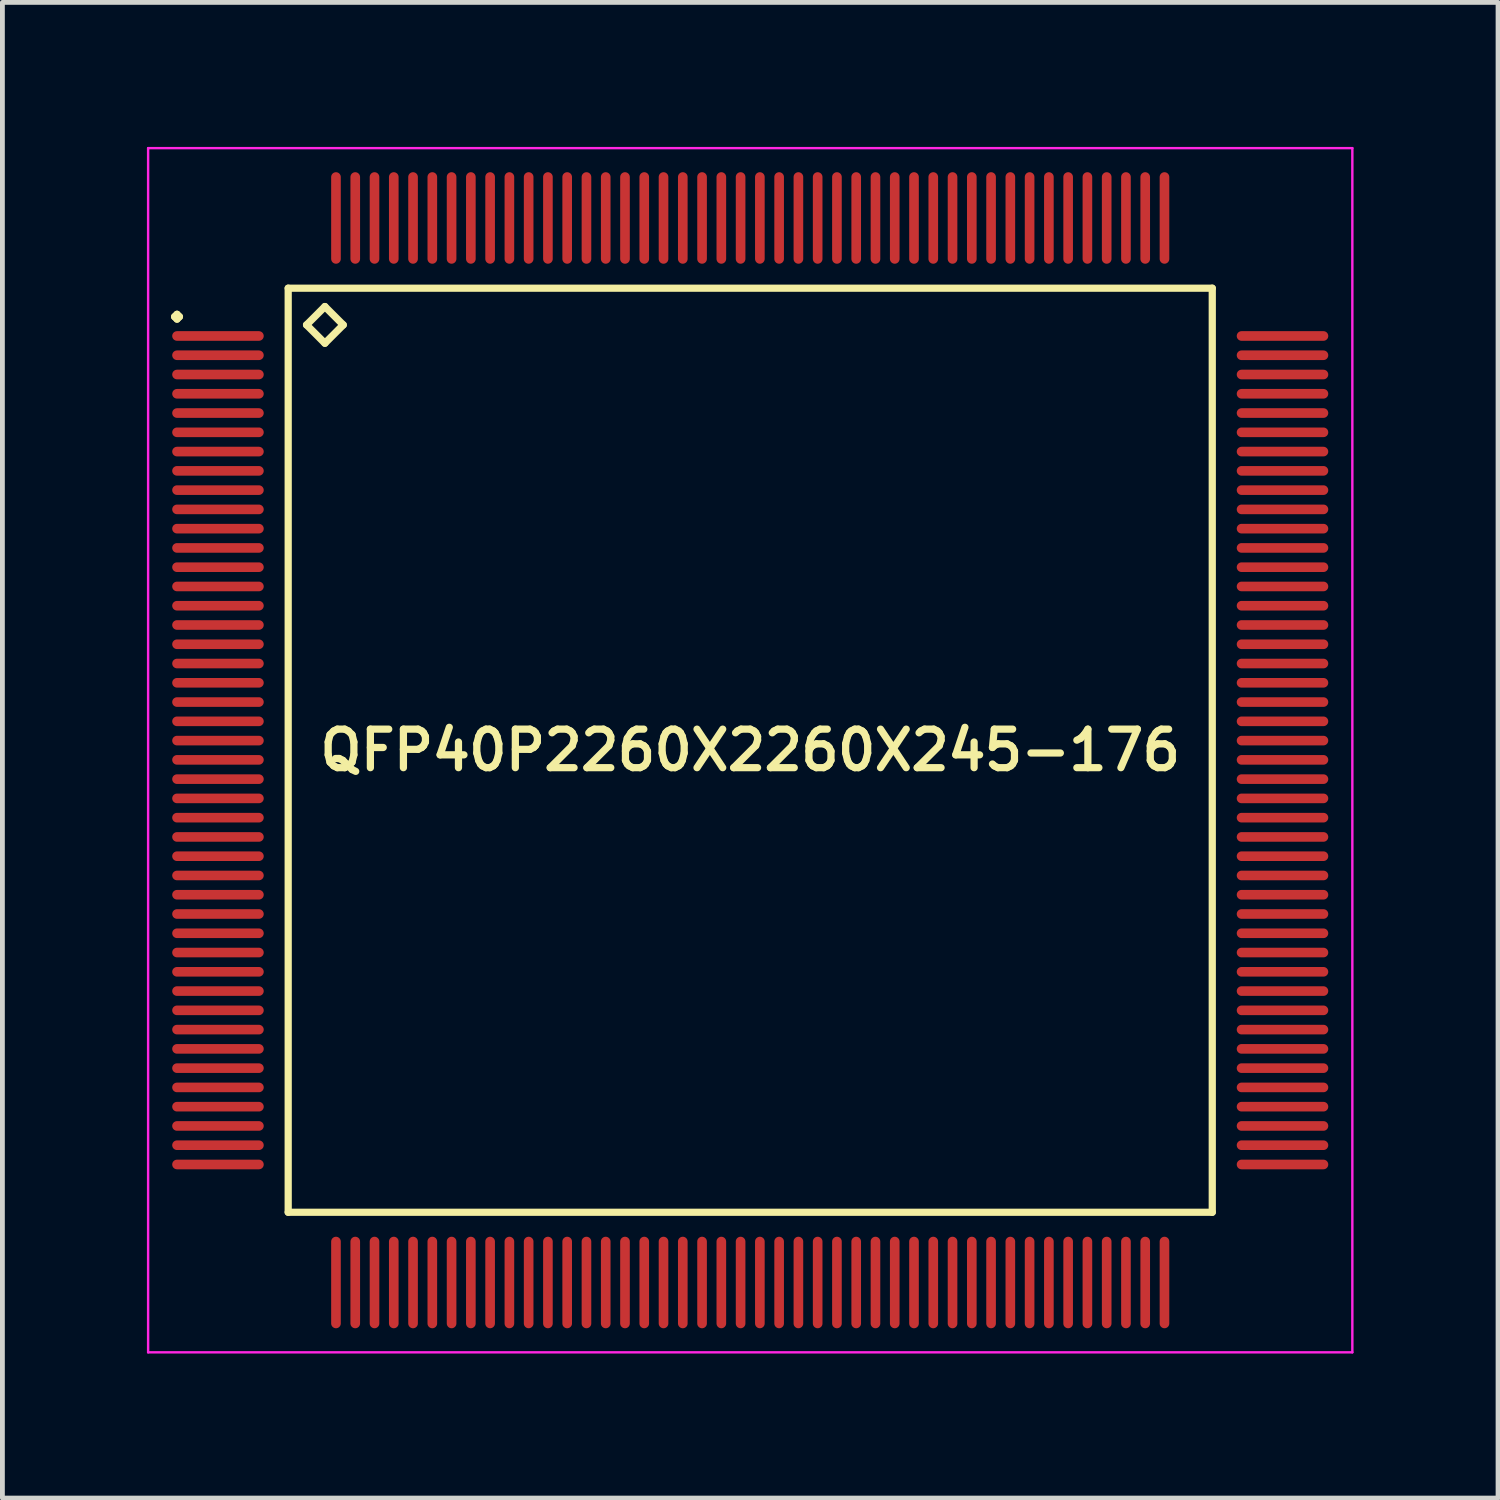
<source format=kicad_pcb>
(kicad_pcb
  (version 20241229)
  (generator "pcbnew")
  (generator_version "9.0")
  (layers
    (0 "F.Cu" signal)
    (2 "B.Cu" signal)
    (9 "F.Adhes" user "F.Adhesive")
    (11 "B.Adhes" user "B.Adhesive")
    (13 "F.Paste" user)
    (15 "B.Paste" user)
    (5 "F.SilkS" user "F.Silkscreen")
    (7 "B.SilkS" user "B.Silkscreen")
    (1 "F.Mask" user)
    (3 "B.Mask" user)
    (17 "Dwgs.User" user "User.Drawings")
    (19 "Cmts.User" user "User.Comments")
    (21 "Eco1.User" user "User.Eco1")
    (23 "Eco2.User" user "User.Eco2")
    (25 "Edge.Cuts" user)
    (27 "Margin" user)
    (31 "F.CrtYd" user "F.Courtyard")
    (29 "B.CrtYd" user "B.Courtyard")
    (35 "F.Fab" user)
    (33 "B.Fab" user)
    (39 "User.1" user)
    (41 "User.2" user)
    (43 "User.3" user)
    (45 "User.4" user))
  (footprint "QFP40P2260X2260X245-176"
    (layer "F.Cu")
    (at 12.525 12.525)
    (property "Reference" "QFP40P2260X2260X245-176" (at 0 0 0) (layer "F.SilkS") (effects (font (size 0.8 0.8) (thickness 0.15))))
    (attr smd)
    (fp_line (start -11.95 -9) (end -11.9 -9.05) (stroke (width 0.15) (type solid)) (layer "F.SilkS"))
    (fp_line (start -11.9 -9.05) (end -11.85 -9) (stroke (width 0.15) (type solid)) (layer "F.SilkS"))
    (fp_line (start -11.9 -8.95) (end -11.95 -9) (stroke (width 0.15) (type solid)) (layer "F.SilkS"))
    (fp_line (start -11.85 -9) (end -11.9 -8.95) (stroke (width 0.15) (type solid)) (layer "F.SilkS"))
    (fp_line (start -9.592 -9.592) (end -9.592 9.592) (stroke (width 0.15) (type solid)) (layer "F.SilkS"))
    (fp_line (start -9.592 9.592) (end 9.592 9.592) (stroke (width 0.15) (type solid)) (layer "F.SilkS"))
    (fp_line (start -9.211 -8.83) (end -8.83 -9.211) (stroke (width 0.15) (type solid)) (layer "F.SilkS"))
    (fp_line (start -8.83 -9.211) (end -8.449 -8.83) (stroke (width 0.15) (type solid)) (layer "F.SilkS"))
    (fp_line (start -8.83 -8.449) (end -9.211 -8.83) (stroke (width 0.15) (type solid)) (layer "F.SilkS"))
    (fp_line (start -8.449 -8.83) (end -8.83 -8.449) (stroke (width 0.15) (type solid)) (layer "F.SilkS"))
    (fp_line (start 9.592 -9.592) (end -9.592 -9.592) (stroke (width 0.15) (type solid)) (layer "F.SilkS"))
    (fp_line (start 9.592 9.592) (end 9.592 -9.592) (stroke (width 0.15) (type solid)) (layer "F.SilkS"))
    (fp_line (start -12.5 -12.5) (end 12.5 -12.5) (stroke (width 0.05) (type solid)) (layer "F.CrtYd"))
    (fp_line (start -12.5 12.5) (end -12.5 -12.5) (stroke (width 0.05) (type solid)) (layer "F.CrtYd"))
    (fp_line (start 12.5 -12.5) (end 12.5 12.5) (stroke (width 0.05) (type solid)) (layer "F.CrtYd"))
    (fp_line (start 12.5 12.5) (end -12.5 12.5) (stroke (width 0.05) (type solid)) (layer "F.CrtYd"))
    (pad "1" smd oval (at -11.05 -8.6) (size 1.9 0.2) (layers "F.Cu" "F.Mask" "F.Paste"))
    (pad "2" smd oval (at -11.05 -8.2) (size 1.9 0.2) (layers "F.Cu" "F.Mask" "F.Paste"))
    (pad "3" smd oval (at -11.05 -7.8) (size 1.9 0.2) (layers "F.Cu" "F.Mask" "F.Paste"))
    (pad "4" smd oval (at -11.05 -7.4) (size 1.9 0.2) (layers "F.Cu" "F.Mask" "F.Paste"))
    (pad "5" smd oval (at -11.05 -7) (size 1.9 0.2) (layers "F.Cu" "F.Mask" "F.Paste"))
    (pad "6" smd oval (at -11.05 -6.6) (size 1.9 0.2) (layers "F.Cu" "F.Mask" "F.Paste"))
    (pad "7" smd oval (at -11.05 -6.2) (size 1.9 0.2) (layers "F.Cu" "F.Mask" "F.Paste"))
    (pad "8" smd oval (at -11.05 -5.8) (size 1.9 0.2) (layers "F.Cu" "F.Mask" "F.Paste"))
    (pad "9" smd oval (at -11.05 -5.4) (size 1.9 0.2) (layers "F.Cu" "F.Mask" "F.Paste"))
    (pad "10" smd oval (at -11.05 -5) (size 1.9 0.2) (layers "F.Cu" "F.Mask" "F.Paste"))
    (pad "11" smd oval (at -11.05 -4.6) (size 1.9 0.2) (layers "F.Cu" "F.Mask" "F.Paste"))
    (pad "12" smd oval (at -11.05 -4.2) (size 1.9 0.2) (layers "F.Cu" "F.Mask" "F.Paste"))
    (pad "13" smd oval (at -11.05 -3.8) (size 1.9 0.2) (layers "F.Cu" "F.Mask" "F.Paste"))
    (pad "14" smd oval (at -11.05 -3.4) (size 1.9 0.2) (layers "F.Cu" "F.Mask" "F.Paste"))
    (pad "15" smd oval (at -11.05 -3) (size 1.9 0.2) (layers "F.Cu" "F.Mask" "F.Paste"))
    (pad "16" smd oval (at -11.05 -2.6) (size 1.9 0.2) (layers "F.Cu" "F.Mask" "F.Paste"))
    (pad "17" smd oval (at -11.05 -2.2) (size 1.9 0.2) (layers "F.Cu" "F.Mask" "F.Paste"))
    (pad "18" smd oval (at -11.05 -1.8) (size 1.9 0.2) (layers "F.Cu" "F.Mask" "F.Paste"))
    (pad "19" smd oval (at -11.05 -1.4) (size 1.9 0.2) (layers "F.Cu" "F.Mask" "F.Paste"))
    (pad "20" smd oval (at -11.05 -1) (size 1.9 0.2) (layers "F.Cu" "F.Mask" "F.Paste"))
    (pad "21" smd oval (at -11.05 -0.6) (size 1.9 0.2) (layers "F.Cu" "F.Mask" "F.Paste"))
    (pad "22" smd oval (at -11.05 -0.2) (size 1.9 0.2) (layers "F.Cu" "F.Mask" "F.Paste"))
    (pad "23" smd oval (at -11.05 0.2) (size 1.9 0.2) (layers "F.Cu" "F.Mask" "F.Paste"))
    (pad "24" smd oval (at -11.05 0.6) (size 1.9 0.2) (layers "F.Cu" "F.Mask" "F.Paste"))
    (pad "25" smd oval (at -11.05 1) (size 1.9 0.2) (layers "F.Cu" "F.Mask" "F.Paste"))
    (pad "26" smd oval (at -11.05 1.4) (size 1.9 0.2) (layers "F.Cu" "F.Mask" "F.Paste"))
    (pad "27" smd oval (at -11.05 1.8) (size 1.9 0.2) (layers "F.Cu" "F.Mask" "F.Paste"))
    (pad "28" smd oval (at -11.05 2.2) (size 1.9 0.2) (layers "F.Cu" "F.Mask" "F.Paste"))
    (pad "29" smd oval (at -11.05 2.6) (size 1.9 0.2) (layers "F.Cu" "F.Mask" "F.Paste"))
    (pad "30" smd oval (at -11.05 3) (size 1.9 0.2) (layers "F.Cu" "F.Mask" "F.Paste"))
    (pad "31" smd oval (at -11.05 3.4) (size 1.9 0.2) (layers "F.Cu" "F.Mask" "F.Paste"))
    (pad "32" smd oval (at -11.05 3.8) (size 1.9 0.2) (layers "F.Cu" "F.Mask" "F.Paste"))
    (pad "33" smd oval (at -11.05 4.2) (size 1.9 0.2) (layers "F.Cu" "F.Mask" "F.Paste"))
    (pad "34" smd oval (at -11.05 4.6) (size 1.9 0.2) (layers "F.Cu" "F.Mask" "F.Paste"))
    (pad "35" smd oval (at -11.05 5) (size 1.9 0.2) (layers "F.Cu" "F.Mask" "F.Paste"))
    (pad "36" smd oval (at -11.05 5.4) (size 1.9 0.2) (layers "F.Cu" "F.Mask" "F.Paste"))
    (pad "37" smd oval (at -11.05 5.8) (size 1.9 0.2) (layers "F.Cu" "F.Mask" "F.Paste"))
    (pad "38" smd oval (at -11.05 6.2) (size 1.9 0.2) (layers "F.Cu" "F.Mask" "F.Paste"))
    (pad "39" smd oval (at -11.05 6.6) (size 1.9 0.2) (layers "F.Cu" "F.Mask" "F.Paste"))
    (pad "40" smd oval (at -11.05 7) (size 1.9 0.2) (layers "F.Cu" "F.Mask" "F.Paste"))
    (pad "41" smd oval (at -11.05 7.4) (size 1.9 0.2) (layers "F.Cu" "F.Mask" "F.Paste"))
    (pad "42" smd oval (at -11.05 7.8) (size 1.9 0.2) (layers "F.Cu" "F.Mask" "F.Paste"))
    (pad "43" smd oval (at -11.05 8.2) (size 1.9 0.2) (layers "F.Cu" "F.Mask" "F.Paste"))
    (pad "44" smd oval (at -11.05 8.6) (size 1.9 0.2) (layers "F.Cu" "F.Mask" "F.Paste"))
    (pad "45" smd oval (at -8.6 11.05) (size 0.2 1.9) (layers "F.Cu" "F.Mask" "F.Paste"))
    (pad "46" smd oval (at -8.2 11.05) (size 0.2 1.9) (layers "F.Cu" "F.Mask" "F.Paste"))
    (pad "47" smd oval (at -7.8 11.05) (size 0.2 1.9) (layers "F.Cu" "F.Mask" "F.Paste"))
    (pad "48" smd oval (at -7.4 11.05) (size 0.2 1.9) (layers "F.Cu" "F.Mask" "F.Paste"))
    (pad "49" smd oval (at -7 11.05) (size 0.2 1.9) (layers "F.Cu" "F.Mask" "F.Paste"))
    (pad "50" smd oval (at -6.6 11.05) (size 0.2 1.9) (layers "F.Cu" "F.Mask" "F.Paste"))
    (pad "51" smd oval (at -6.2 11.05) (size 0.2 1.9) (layers "F.Cu" "F.Mask" "F.Paste"))
    (pad "52" smd oval (at -5.8 11.05) (size 0.2 1.9) (layers "F.Cu" "F.Mask" "F.Paste"))
    (pad "53" smd oval (at -5.4 11.05) (size 0.2 1.9) (layers "F.Cu" "F.Mask" "F.Paste"))
    (pad "54" smd oval (at -5 11.05) (size 0.2 1.9) (layers "F.Cu" "F.Mask" "F.Paste"))
    (pad "55" smd oval (at -4.6 11.05) (size 0.2 1.9) (layers "F.Cu" "F.Mask" "F.Paste"))
    (pad "56" smd oval (at -4.2 11.05) (size 0.2 1.9) (layers "F.Cu" "F.Mask" "F.Paste"))
    (pad "57" smd oval (at -3.8 11.05) (size 0.2 1.9) (layers "F.Cu" "F.Mask" "F.Paste"))
    (pad "58" smd oval (at -3.4 11.05) (size 0.2 1.9) (layers "F.Cu" "F.Mask" "F.Paste"))
    (pad "59" smd oval (at -3 11.05) (size 0.2 1.9) (layers "F.Cu" "F.Mask" "F.Paste"))
    (pad "60" smd oval (at -2.6 11.05) (size 0.2 1.9) (layers "F.Cu" "F.Mask" "F.Paste"))
    (pad "61" smd oval (at -2.2 11.05) (size 0.2 1.9) (layers "F.Cu" "F.Mask" "F.Paste"))
    (pad "62" smd oval (at -1.8 11.05) (size 0.2 1.9) (layers "F.Cu" "F.Mask" "F.Paste"))
    (pad "63" smd oval (at -1.4 11.05) (size 0.2 1.9) (layers "F.Cu" "F.Mask" "F.Paste"))
    (pad "64" smd oval (at -1 11.05) (size 0.2 1.9) (layers "F.Cu" "F.Mask" "F.Paste"))
    (pad "65" smd oval (at -0.6 11.05) (size 0.2 1.9) (layers "F.Cu" "F.Mask" "F.Paste"))
    (pad "66" smd oval (at -0.2 11.05) (size 0.2 1.9) (layers "F.Cu" "F.Mask" "F.Paste"))
    (pad "67" smd oval (at 0.2 11.05) (size 0.2 1.9) (layers "F.Cu" "F.Mask" "F.Paste"))
    (pad "68" smd oval (at 0.6 11.05) (size 0.2 1.9) (layers "F.Cu" "F.Mask" "F.Paste"))
    (pad "69" smd oval (at 1 11.05) (size 0.2 1.9) (layers "F.Cu" "F.Mask" "F.Paste"))
    (pad "70" smd oval (at 1.4 11.05) (size 0.2 1.9) (layers "F.Cu" "F.Mask" "F.Paste"))
    (pad "71" smd oval (at 1.8 11.05) (size 0.2 1.9) (layers "F.Cu" "F.Mask" "F.Paste"))
    (pad "72" smd oval (at 2.2 11.05) (size 0.2 1.9) (layers "F.Cu" "F.Mask" "F.Paste"))
    (pad "73" smd oval (at 2.6 11.05) (size 0.2 1.9) (layers "F.Cu" "F.Mask" "F.Paste"))
    (pad "74" smd oval (at 3 11.05) (size 0.2 1.9) (layers "F.Cu" "F.Mask" "F.Paste"))
    (pad "75" smd oval (at 3.4 11.05) (size 0.2 1.9) (layers "F.Cu" "F.Mask" "F.Paste"))
    (pad "76" smd oval (at 3.8 11.05) (size 0.2 1.9) (layers "F.Cu" "F.Mask" "F.Paste"))
    (pad "77" smd oval (at 4.2 11.05) (size 0.2 1.9) (layers "F.Cu" "F.Mask" "F.Paste"))
    (pad "78" smd oval (at 4.6 11.05) (size 0.2 1.9) (layers "F.Cu" "F.Mask" "F.Paste"))
    (pad "79" smd oval (at 5 11.05) (size 0.2 1.9) (layers "F.Cu" "F.Mask" "F.Paste"))
    (pad "80" smd oval (at 5.4 11.05) (size 0.2 1.9) (layers "F.Cu" "F.Mask" "F.Paste"))
    (pad "81" smd oval (at 5.8 11.05) (size 0.2 1.9) (layers "F.Cu" "F.Mask" "F.Paste"))
    (pad "82" smd oval (at 6.2 11.05) (size 0.2 1.9) (layers "F.Cu" "F.Mask" "F.Paste"))
    (pad "83" smd oval (at 6.6 11.05) (size 0.2 1.9) (layers "F.Cu" "F.Mask" "F.Paste"))
    (pad "84" smd oval (at 7 11.05) (size 0.2 1.9) (layers "F.Cu" "F.Mask" "F.Paste"))
    (pad "85" smd oval (at 7.4 11.05) (size 0.2 1.9) (layers "F.Cu" "F.Mask" "F.Paste"))
    (pad "86" smd oval (at 7.8 11.05) (size 0.2 1.9) (layers "F.Cu" "F.Mask" "F.Paste"))
    (pad "87" smd oval (at 8.2 11.05) (size 0.2 1.9) (layers "F.Cu" "F.Mask" "F.Paste"))
    (pad "88" smd oval (at 8.6 11.05) (size 0.2 1.9) (layers "F.Cu" "F.Mask" "F.Paste"))
    (pad "89" smd oval (at 11.05 8.6) (size 1.9 0.2) (layers "F.Cu" "F.Mask" "F.Paste"))
    (pad "90" smd oval (at 11.05 8.2) (size 1.9 0.2) (layers "F.Cu" "F.Mask" "F.Paste"))
    (pad "91" smd oval (at 11.05 7.8) (size 1.9 0.2) (layers "F.Cu" "F.Mask" "F.Paste"))
    (pad "92" smd oval (at 11.05 7.4) (size 1.9 0.2) (layers "F.Cu" "F.Mask" "F.Paste"))
    (pad "93" smd oval (at 11.05 7) (size 1.9 0.2) (layers "F.Cu" "F.Mask" "F.Paste"))
    (pad "94" smd oval (at 11.05 6.6) (size 1.9 0.2) (layers "F.Cu" "F.Mask" "F.Paste"))
    (pad "95" smd oval (at 11.05 6.2) (size 1.9 0.2) (layers "F.Cu" "F.Mask" "F.Paste"))
    (pad "96" smd oval (at 11.05 5.8) (size 1.9 0.2) (layers "F.Cu" "F.Mask" "F.Paste"))
    (pad "97" smd oval (at 11.05 5.4) (size 1.9 0.2) (layers "F.Cu" "F.Mask" "F.Paste"))
    (pad "98" smd oval (at 11.05 5) (size 1.9 0.2) (layers "F.Cu" "F.Mask" "F.Paste"))
    (pad "99" smd oval (at 11.05 4.6) (size 1.9 0.2) (layers "F.Cu" "F.Mask" "F.Paste"))
    (pad "100" smd oval (at 11.05 4.2) (size 1.9 0.2) (layers "F.Cu" "F.Mask" "F.Paste"))
    (pad "101" smd oval (at 11.05 3.8) (size 1.9 0.2) (layers "F.Cu" "F.Mask" "F.Paste"))
    (pad "102" smd oval (at 11.05 3.4) (size 1.9 0.2) (layers "F.Cu" "F.Mask" "F.Paste"))
    (pad "103" smd oval (at 11.05 3) (size 1.9 0.2) (layers "F.Cu" "F.Mask" "F.Paste"))
    (pad "104" smd oval (at 11.05 2.6) (size 1.9 0.2) (layers "F.Cu" "F.Mask" "F.Paste"))
    (pad "105" smd oval (at 11.05 2.2) (size 1.9 0.2) (layers "F.Cu" "F.Mask" "F.Paste"))
    (pad "106" smd oval (at 11.05 1.8) (size 1.9 0.2) (layers "F.Cu" "F.Mask" "F.Paste"))
    (pad "107" smd oval (at 11.05 1.4) (size 1.9 0.2) (layers "F.Cu" "F.Mask" "F.Paste"))
    (pad "108" smd oval (at 11.05 1) (size 1.9 0.2) (layers "F.Cu" "F.Mask" "F.Paste"))
    (pad "109" smd oval (at 11.05 0.6) (size 1.9 0.2) (layers "F.Cu" "F.Mask" "F.Paste"))
    (pad "110" smd oval (at 11.05 0.2) (size 1.9 0.2) (layers "F.Cu" "F.Mask" "F.Paste"))
    (pad "111" smd oval (at 11.05 -0.2) (size 1.9 0.2) (layers "F.Cu" "F.Mask" "F.Paste"))
    (pad "112" smd oval (at 11.05 -0.6) (size 1.9 0.2) (layers "F.Cu" "F.Mask" "F.Paste"))
    (pad "113" smd oval (at 11.05 -1) (size 1.9 0.2) (layers "F.Cu" "F.Mask" "F.Paste"))
    (pad "114" smd oval (at 11.05 -1.4) (size 1.9 0.2) (layers "F.Cu" "F.Mask" "F.Paste"))
    (pad "115" smd oval (at 11.05 -1.8) (size 1.9 0.2) (layers "F.Cu" "F.Mask" "F.Paste"))
    (pad "116" smd oval (at 11.05 -2.2) (size 1.9 0.2) (layers "F.Cu" "F.Mask" "F.Paste"))
    (pad "117" smd oval (at 11.05 -2.6) (size 1.9 0.2) (layers "F.Cu" "F.Mask" "F.Paste"))
    (pad "118" smd oval (at 11.05 -3) (size 1.9 0.2) (layers "F.Cu" "F.Mask" "F.Paste"))
    (pad "119" smd oval (at 11.05 -3.4) (size 1.9 0.2) (layers "F.Cu" "F.Mask" "F.Paste"))
    (pad "120" smd oval (at 11.05 -3.8) (size 1.9 0.2) (layers "F.Cu" "F.Mask" "F.Paste"))
    (pad "121" smd oval (at 11.05 -4.2) (size 1.9 0.2) (layers "F.Cu" "F.Mask" "F.Paste"))
    (pad "122" smd oval (at 11.05 -4.6) (size 1.9 0.2) (layers "F.Cu" "F.Mask" "F.Paste"))
    (pad "123" smd oval (at 11.05 -5) (size 1.9 0.2) (layers "F.Cu" "F.Mask" "F.Paste"))
    (pad "124" smd oval (at 11.05 -5.4) (size 1.9 0.2) (layers "F.Cu" "F.Mask" "F.Paste"))
    (pad "125" smd oval (at 11.05 -5.8) (size 1.9 0.2) (layers "F.Cu" "F.Mask" "F.Paste"))
    (pad "126" smd oval (at 11.05 -6.2) (size 1.9 0.2) (layers "F.Cu" "F.Mask" "F.Paste"))
    (pad "127" smd oval (at 11.05 -6.6) (size 1.9 0.2) (layers "F.Cu" "F.Mask" "F.Paste"))
    (pad "128" smd oval (at 11.05 -7) (size 1.9 0.2) (layers "F.Cu" "F.Mask" "F.Paste"))
    (pad "129" smd oval (at 11.05 -7.4) (size 1.9 0.2) (layers "F.Cu" "F.Mask" "F.Paste"))
    (pad "130" smd oval (at 11.05 -7.8) (size 1.9 0.2) (layers "F.Cu" "F.Mask" "F.Paste"))
    (pad "131" smd oval (at 11.05 -8.2) (size 1.9 0.2) (layers "F.Cu" "F.Mask" "F.Paste"))
    (pad "132" smd oval (at 11.05 -8.6) (size 1.9 0.2) (layers "F.Cu" "F.Mask" "F.Paste"))
    (pad "133" smd oval (at 8.6 -11.05) (size 0.2 1.9) (layers "F.Cu" "F.Mask" "F.Paste"))
    (pad "134" smd oval (at 8.2 -11.05) (size 0.2 1.9) (layers "F.Cu" "F.Mask" "F.Paste"))
    (pad "135" smd oval (at 7.8 -11.05) (size 0.2 1.9) (layers "F.Cu" "F.Mask" "F.Paste"))
    (pad "136" smd oval (at 7.4 -11.05) (size 0.2 1.9) (layers "F.Cu" "F.Mask" "F.Paste"))
    (pad "137" smd oval (at 7 -11.05) (size 0.2 1.9) (layers "F.Cu" "F.Mask" "F.Paste"))
    (pad "138" smd oval (at 6.6 -11.05) (size 0.2 1.9) (layers "F.Cu" "F.Mask" "F.Paste"))
    (pad "139" smd oval (at 6.2 -11.05) (size 0.2 1.9) (layers "F.Cu" "F.Mask" "F.Paste"))
    (pad "140" smd oval (at 5.8 -11.05) (size 0.2 1.9) (layers "F.Cu" "F.Mask" "F.Paste"))
    (pad "141" smd oval (at 5.4 -11.05) (size 0.2 1.9) (layers "F.Cu" "F.Mask" "F.Paste"))
    (pad "142" smd oval (at 5 -11.05) (size 0.2 1.9) (layers "F.Cu" "F.Mask" "F.Paste"))
    (pad "143" smd oval (at 4.6 -11.05) (size 0.2 1.9) (layers "F.Cu" "F.Mask" "F.Paste"))
    (pad "144" smd oval (at 4.2 -11.05) (size 0.2 1.9) (layers "F.Cu" "F.Mask" "F.Paste"))
    (pad "145" smd oval (at 3.8 -11.05) (size 0.2 1.9) (layers "F.Cu" "F.Mask" "F.Paste"))
    (pad "146" smd oval (at 3.4 -11.05) (size 0.2 1.9) (layers "F.Cu" "F.Mask" "F.Paste"))
    (pad "147" smd oval (at 3 -11.05) (size 0.2 1.9) (layers "F.Cu" "F.Mask" "F.Paste"))
    (pad "148" smd oval (at 2.6 -11.05) (size 0.2 1.9) (layers "F.Cu" "F.Mask" "F.Paste"))
    (pad "149" smd oval (at 2.2 -11.05) (size 0.2 1.9) (layers "F.Cu" "F.Mask" "F.Paste"))
    (pad "150" smd oval (at 1.8 -11.05) (size 0.2 1.9) (layers "F.Cu" "F.Mask" "F.Paste"))
    (pad "151" smd oval (at 1.4 -11.05) (size 0.2 1.9) (layers "F.Cu" "F.Mask" "F.Paste"))
    (pad "152" smd oval (at 1 -11.05) (size 0.2 1.9) (layers "F.Cu" "F.Mask" "F.Paste"))
    (pad "153" smd oval (at 0.6 -11.05) (size 0.2 1.9) (layers "F.Cu" "F.Mask" "F.Paste"))
    (pad "154" smd oval (at 0.2 -11.05) (size 0.2 1.9) (layers "F.Cu" "F.Mask" "F.Paste"))
    (pad "155" smd oval (at -0.2 -11.05) (size 0.2 1.9) (layers "F.Cu" "F.Mask" "F.Paste"))
    (pad "156" smd oval (at -0.6 -11.05) (size 0.2 1.9) (layers "F.Cu" "F.Mask" "F.Paste"))
    (pad "157" smd oval (at -1 -11.05) (size 0.2 1.9) (layers "F.Cu" "F.Mask" "F.Paste"))
    (pad "158" smd oval (at -1.4 -11.05) (size 0.2 1.9) (layers "F.Cu" "F.Mask" "F.Paste"))
    (pad "159" smd oval (at -1.8 -11.05) (size 0.2 1.9) (layers "F.Cu" "F.Mask" "F.Paste"))
    (pad "160" smd oval (at -2.2 -11.05) (size 0.2 1.9) (layers "F.Cu" "F.Mask" "F.Paste"))
    (pad "161" smd oval (at -2.6 -11.05) (size 0.2 1.9) (layers "F.Cu" "F.Mask" "F.Paste"))
    (pad "162" smd oval (at -3 -11.05) (size 0.2 1.9) (layers "F.Cu" "F.Mask" "F.Paste"))
    (pad "163" smd oval (at -3.4 -11.05) (size 0.2 1.9) (layers "F.Cu" "F.Mask" "F.Paste"))
    (pad "164" smd oval (at -3.8 -11.05) (size 0.2 1.9) (layers "F.Cu" "F.Mask" "F.Paste"))
    (pad "165" smd oval (at -4.2 -11.05) (size 0.2 1.9) (layers "F.Cu" "F.Mask" "F.Paste"))
    (pad "166" smd oval (at -4.6 -11.05) (size 0.2 1.9) (layers "F.Cu" "F.Mask" "F.Paste"))
    (pad "167" smd oval (at -5 -11.05) (size 0.2 1.9) (layers "F.Cu" "F.Mask" "F.Paste"))
    (pad "168" smd oval (at -5.4 -11.05) (size 0.2 1.9) (layers "F.Cu" "F.Mask" "F.Paste"))
    (pad "169" smd oval (at -5.8 -11.05) (size 0.2 1.9) (layers "F.Cu" "F.Mask" "F.Paste"))
    (pad "170" smd oval (at -6.2 -11.05) (size 0.2 1.9) (layers "F.Cu" "F.Mask" "F.Paste"))
    (pad "171" smd oval (at -6.6 -11.05) (size 0.2 1.9) (layers "F.Cu" "F.Mask" "F.Paste"))
    (pad "172" smd oval (at -7 -11.05) (size 0.2 1.9) (layers "F.Cu" "F.Mask" "F.Paste"))
    (pad "173" smd oval (at -7.4 -11.05) (size 0.2 1.9) (layers "F.Cu" "F.Mask" "F.Paste"))
    (pad "174" smd oval (at -7.8 -11.05) (size 0.2 1.9) (layers "F.Cu" "F.Mask" "F.Paste"))
    (pad "175" smd oval (at -8.2 -11.05) (size 0.2 1.9) (layers "F.Cu" "F.Mask" "F.Paste"))
    (pad "176" smd oval (at -8.6 -11.05) (size 0.2 1.9) (layers "F.Cu" "F.Mask" "F.Paste")))
  (gr_rect
    (start -3 -3)
    (end 28.05 28.05)
    (stroke (width 0.1) (type default))
    (fill no)
    (layer "Edge.Cuts")))
</source>
